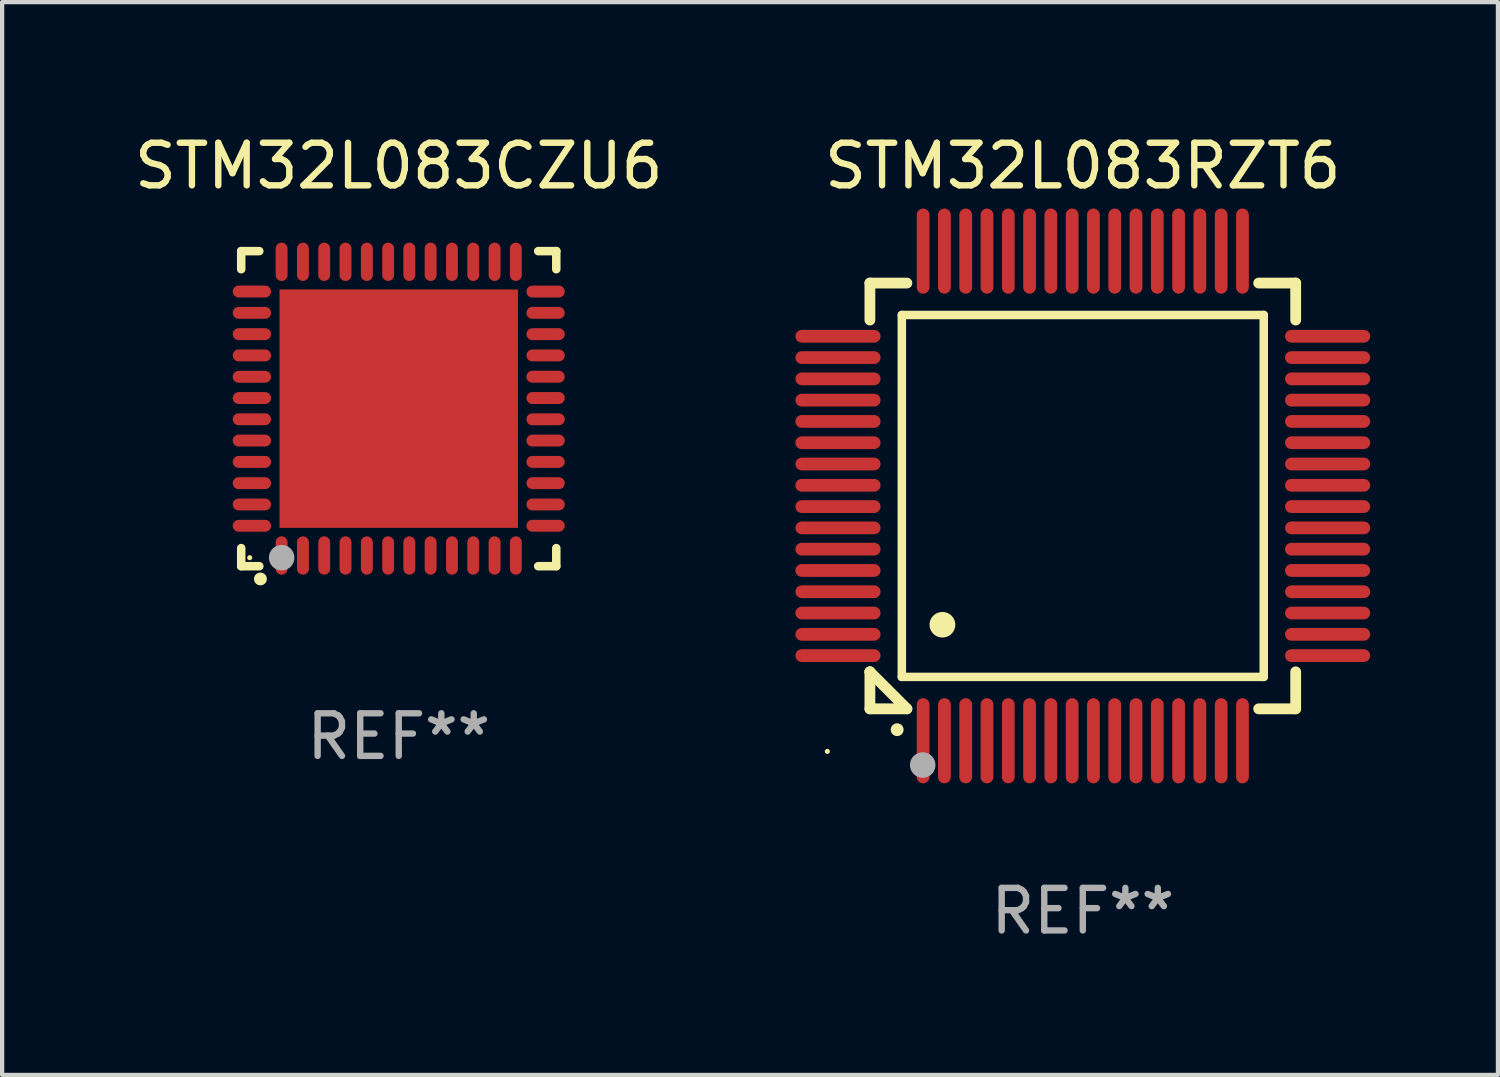
<source format=kicad_pcb>
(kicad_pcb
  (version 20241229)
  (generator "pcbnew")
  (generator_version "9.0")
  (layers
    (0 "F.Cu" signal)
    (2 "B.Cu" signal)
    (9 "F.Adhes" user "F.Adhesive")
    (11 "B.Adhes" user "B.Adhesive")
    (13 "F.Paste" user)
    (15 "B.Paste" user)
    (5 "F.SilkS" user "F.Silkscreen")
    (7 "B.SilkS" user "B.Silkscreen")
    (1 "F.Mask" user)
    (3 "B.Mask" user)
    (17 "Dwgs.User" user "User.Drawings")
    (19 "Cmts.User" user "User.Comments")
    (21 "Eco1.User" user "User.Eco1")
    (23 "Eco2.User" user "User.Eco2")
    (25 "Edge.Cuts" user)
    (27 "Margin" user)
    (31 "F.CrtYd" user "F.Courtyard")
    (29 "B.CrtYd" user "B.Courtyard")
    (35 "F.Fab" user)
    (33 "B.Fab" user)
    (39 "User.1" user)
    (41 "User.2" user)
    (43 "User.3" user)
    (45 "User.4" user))
  (footprint "STM32L083RZT6"
    (layer "F.Cu")
    (at 22.381 8.598)
    (property "Reference" "STM32L083RZT6" (at 0 -7.75 0) (layer "F.SilkS") (effects (font (size 1 1) (thickness 0.15))))
    (attr through_hole)
    (fp_line (start -5 -5) (end -4.131 -5) (stroke (width 0.254) (type solid)) (layer "F.SilkS"))
    (fp_line (start -5 -4.131) (end -5 -5) (stroke (width 0.254) (type solid)) (layer "F.SilkS"))
    (fp_line (start -5 4.131) (end -5 4.131) (stroke (width 0.254) (type solid)) (layer "F.SilkS"))
    (fp_line (start -5 5) (end -5 4.131) (stroke (width 0.254) (type solid)) (layer "F.SilkS"))
    (fp_line (start -5 4.131) (end -4.131 5) (stroke (width 0.254) (type solid)) (layer "F.SilkS"))
    (fp_line (start -4.25 -4.25) (end -4.25 4.25) (stroke (width 0.2) (type solid)) (layer "F.SilkS"))
    (fp_line (start -4.25 4.25) (end 4.25 4.25) (stroke (width 0.2) (type solid)) (layer "F.SilkS"))
    (fp_line (start -4.131 5) (end -5 5) (stroke (width 0.254) (type solid)) (layer "F.SilkS"))
    (fp_line (start 4.25 -4.25) (end -4.25 -4.25) (stroke (width 0.2) (type solid)) (layer "F.SilkS"))
    (fp_line (start 4.25 4.25) (end 4.25 -4.25) (stroke (width 0.2) (type solid)) (layer "F.SilkS"))
    (fp_line (start 5 -5) (end 4.131 -5) (stroke (width 0.254) (type solid)) (layer "F.SilkS"))
    (fp_line (start 5 -5) (end 5 -4.131) (stroke (width 0.254) (type solid)) (layer "F.SilkS"))
    (fp_line (start 5 4.131) (end 5 5) (stroke (width 0.254) (type solid)) (layer "F.SilkS"))
    (fp_line (start 5 5) (end 4.131 5) (stroke (width 0.254) (type solid)) (layer "F.SilkS"))
    (fp_arc (start -4.361265 5.489992) (mid -4.359995 5.489987) (end -4.358725 5.489992) (stroke (width 0.3) (type solid)) (layer "F.SilkS"))
    (fp_arc (start -3.299467 3.025146) (mid -3.296927 3.025135) (end -3.294387 3.025146) (stroke (width 0.6) (type solid)) (layer "F.SilkS"))
    (fp_circle (center -6 6) (end -5.97 6) (stroke (width 0.06) (type solid)) (fill no) (layer "F.SilkS"))
    (fp_circle (center -3.76 6.32) (end -3.61 6.32) (stroke (width 0.3) (type solid)) (fill no) (layer "F.Fab"))
    (fp_text user "REF**" (at 0 9.75 0) (layer "F.Fab") (effects (font (size 1 1) (thickness 0.15))))
    (pad "1" smd oval (at -3.75 5.75) (size 0.3 2) (layers "F.Cu" "F.Mask" "F.Paste"))
    (pad "2" smd oval (at -3.25 5.75) (size 0.3 2) (layers "F.Cu" "F.Mask" "F.Paste"))
    (pad "3" smd oval (at -2.75 5.75) (size 0.3 2) (layers "F.Cu" "F.Mask" "F.Paste"))
    (pad "4" smd oval (at -2.25 5.75) (size 0.3 2) (layers "F.Cu" "F.Mask" "F.Paste"))
    (pad "5" smd oval (at -1.75 5.75) (size 0.3 2) (layers "F.Cu" "F.Mask" "F.Paste"))
    (pad "6" smd oval (at -1.25 5.75) (size 0.3 2) (layers "F.Cu" "F.Mask" "F.Paste"))
    (pad "7" smd oval (at -0.75 5.75) (size 0.3 2) (layers "F.Cu" "F.Mask" "F.Paste"))
    (pad "8" smd oval (at -0.25 5.75) (size 0.3 2) (layers "F.Cu" "F.Mask" "F.Paste"))
    (pad "9" smd oval (at 0.25 5.75) (size 0.3 2) (layers "F.Cu" "F.Mask" "F.Paste"))
    (pad "10" smd oval (at 0.75 5.75) (size 0.3 2) (layers "F.Cu" "F.Mask" "F.Paste"))
    (pad "11" smd oval (at 1.25 5.75) (size 0.3 2) (layers "F.Cu" "F.Mask" "F.Paste"))
    (pad "12" smd oval (at 1.75 5.75) (size 0.3 2) (layers "F.Cu" "F.Mask" "F.Paste"))
    (pad "13" smd oval (at 2.25 5.75) (size 0.3 2) (layers "F.Cu" "F.Mask" "F.Paste"))
    (pad "14" smd oval (at 2.75 5.75) (size 0.3 2) (layers "F.Cu" "F.Mask" "F.Paste"))
    (pad "15" smd oval (at 3.25 5.75) (size 0.3 2) (layers "F.Cu" "F.Mask" "F.Paste"))
    (pad "16" smd oval (at 3.75 5.75) (size 0.3 2) (layers "F.Cu" "F.Mask" "F.Paste"))
    (pad "17" smd oval (at 5.75 3.75) (size 2 0.3) (layers "F.Cu" "F.Mask" "F.Paste"))
    (pad "18" smd oval (at 5.75 3.25) (size 2 0.3) (layers "F.Cu" "F.Mask" "F.Paste"))
    (pad "19" smd oval (at 5.75 2.75) (size 2 0.3) (layers "F.Cu" "F.Mask" "F.Paste"))
    (pad "20" smd oval (at 5.75 2.25) (size 2 0.3) (layers "F.Cu" "F.Mask" "F.Paste"))
    (pad "21" smd oval (at 5.75 1.75) (size 2 0.3) (layers "F.Cu" "F.Mask" "F.Paste"))
    (pad "22" smd oval (at 5.75 1.25) (size 2 0.3) (layers "F.Cu" "F.Mask" "F.Paste"))
    (pad "23" smd oval (at 5.75 0.75) (size 2 0.3) (layers "F.Cu" "F.Mask" "F.Paste"))
    (pad "24" smd oval (at 5.75 0.25) (size 2 0.3) (layers "F.Cu" "F.Mask" "F.Paste"))
    (pad "25" smd oval (at 5.75 -0.25) (size 2 0.3) (layers "F.Cu" "F.Mask" "F.Paste"))
    (pad "26" smd oval (at 5.75 -0.75) (size 2 0.3) (layers "F.Cu" "F.Mask" "F.Paste"))
    (pad "27" smd oval (at 5.75 -1.25) (size 2 0.3) (layers "F.Cu" "F.Mask" "F.Paste"))
    (pad "28" smd oval (at 5.75 -1.75) (size 2 0.3) (layers "F.Cu" "F.Mask" "F.Paste"))
    (pad "29" smd oval (at 5.75 -2.25) (size 2 0.3) (layers "F.Cu" "F.Mask" "F.Paste"))
    (pad "30" smd oval (at 5.75 -2.75) (size 2 0.3) (layers "F.Cu" "F.Mask" "F.Paste"))
    (pad "31" smd oval (at 5.75 -3.25) (size 2 0.3) (layers "F.Cu" "F.Mask" "F.Paste"))
    (pad "32" smd oval (at 5.75 -3.75) (size 2 0.3) (layers "F.Cu" "F.Mask" "F.Paste"))
    (pad "33" smd oval (at 3.75 -5.75) (size 0.3 2) (layers "F.Cu" "F.Mask" "F.Paste"))
    (pad "34" smd oval (at 3.25 -5.75) (size 0.3 2) (layers "F.Cu" "F.Mask" "F.Paste"))
    (pad "35" smd oval (at 2.75 -5.75) (size 0.3 2) (layers "F.Cu" "F.Mask" "F.Paste"))
    (pad "36" smd oval (at 2.25 -5.75) (size 0.3 2) (layers "F.Cu" "F.Mask" "F.Paste"))
    (pad "37" smd oval (at 1.75 -5.75) (size 0.3 2) (layers "F.Cu" "F.Mask" "F.Paste"))
    (pad "38" smd oval (at 1.25 -5.75) (size 0.3 2) (layers "F.Cu" "F.Mask" "F.Paste"))
    (pad "39" smd oval (at 0.75 -5.75) (size 0.3 2) (layers "F.Cu" "F.Mask" "F.Paste"))
    (pad "40" smd oval (at 0.25 -5.75) (size 0.3 2) (layers "F.Cu" "F.Mask" "F.Paste"))
    (pad "41" smd oval (at -0.25 -5.75) (size 0.3 2) (layers "F.Cu" "F.Mask" "F.Paste"))
    (pad "42" smd oval (at -0.75 -5.75) (size 0.3 2) (layers "F.Cu" "F.Mask" "F.Paste"))
    (pad "43" smd oval (at -1.25 -5.75) (size 0.3 2) (layers "F.Cu" "F.Mask" "F.Paste"))
    (pad "44" smd oval (at -1.75 -5.75) (size 0.3 2) (layers "F.Cu" "F.Mask" "F.Paste"))
    (pad "45" smd oval (at -2.25 -5.75) (size 0.3 2) (layers "F.Cu" "F.Mask" "F.Paste"))
    (pad "46" smd oval (at -2.75 -5.75) (size 0.3 2) (layers "F.Cu" "F.Mask" "F.Paste"))
    (pad "47" smd oval (at -3.25 -5.75) (size 0.3 2) (layers "F.Cu" "F.Mask" "F.Paste"))
    (pad "48" smd oval (at -3.75 -5.75) (size 0.3 2) (layers "F.Cu" "F.Mask" "F.Paste"))
    (pad "49" smd oval (at -5.75 -3.75) (size 2 0.3) (layers "F.Cu" "F.Mask" "F.Paste"))
    (pad "50" smd oval (at -5.75 -3.25) (size 2 0.3) (layers "F.Cu" "F.Mask" "F.Paste"))
    (pad "51" smd oval (at -5.75 -2.75) (size 2 0.3) (layers "F.Cu" "F.Mask" "F.Paste"))
    (pad "52" smd oval (at -5.75 -2.25) (size 2 0.3) (layers "F.Cu" "F.Mask" "F.Paste"))
    (pad "53" smd oval (at -5.75 -1.75) (size 2 0.3) (layers "F.Cu" "F.Mask" "F.Paste"))
    (pad "54" smd oval (at -5.75 -1.25) (size 2 0.3) (layers "F.Cu" "F.Mask" "F.Paste"))
    (pad "55" smd oval (at -5.75 -0.75) (size 2 0.3) (layers "F.Cu" "F.Mask" "F.Paste"))
    (pad "56" smd oval (at -5.75 -0.25) (size 2 0.3) (layers "F.Cu" "F.Mask" "F.Paste"))
    (pad "57" smd oval (at -5.75 0.25) (size 2 0.3) (layers "F.Cu" "F.Mask" "F.Paste"))
    (pad "58" smd oval (at -5.75 0.75) (size 2 0.3) (layers "F.Cu" "F.Mask" "F.Paste"))
    (pad "59" smd oval (at -5.75 1.25) (size 2 0.3) (layers "F.Cu" "F.Mask" "F.Paste"))
    (pad "60" smd oval (at -5.75 1.75) (size 2 0.3) (layers "F.Cu" "F.Mask" "F.Paste"))
    (pad "61" smd oval (at -5.75 2.25) (size 2 0.3) (layers "F.Cu" "F.Mask" "F.Paste"))
    (pad "62" smd oval (at -5.75 2.75) (size 2 0.3) (layers "F.Cu" "F.Mask" "F.Paste"))
    (pad "63" smd oval (at -5.75 3.25) (size 2 0.3) (layers "F.Cu" "F.Mask" "F.Paste"))
    (pad "64" smd oval (at -5.75 3.75) (size 2 0.3) (layers "F.Cu" "F.Mask" "F.Paste")))
  (footprint "STM32L083CZU6"
    (layer "F.Cu")
    (at 6.315 6.548)
    (property "Reference" "STM32L083CZU6" (at 0 -5.7 0) (layer "F.SilkS") (effects (font (size 1 1) (thickness 0.15))))
    (attr through_hole)
    (fp_line (start -3.7 -3.7) (end -3.275 -3.7) (stroke (width 0.2) (type solid)) (layer "F.SilkS"))
    (fp_line (start -3.7 -3.275) (end -3.7 -3.7) (stroke (width 0.2) (type solid)) (layer "F.SilkS"))
    (fp_line (start -3.7 3.7) (end -3.7 3.275) (stroke (width 0.2) (type solid)) (layer "F.SilkS"))
    (fp_line (start -3.275 3.7) (end -3.7 3.7) (stroke (width 0.2) (type solid)) (layer "F.SilkS"))
    (fp_line (start 3.7 -3.7) (end 3.275 -3.7) (stroke (width 0.2) (type solid)) (layer "F.SilkS"))
    (fp_line (start 3.7 -3.275) (end 3.7 -3.7) (stroke (width 0.2) (type solid)) (layer "F.SilkS"))
    (fp_line (start 3.7 3.275) (end 3.7 3.7) (stroke (width 0.2) (type solid)) (layer "F.SilkS"))
    (fp_line (start 3.7 3.7) (end 3.275 3.7) (stroke (width 0.2) (type solid)) (layer "F.SilkS"))
    (fp_arc (start -3.249936 3.999975) (mid -3.248666 3.99997) (end -3.247396 3.999975) (stroke (width 0.3) (type solid)) (layer "F.SilkS"))
    (fp_circle (center -3.5 3.5) (end -3.47 3.5) (stroke (width 0.06) (type solid)) (fill no) (layer "F.SilkS"))
    (fp_circle (center -2.75 3.5) (end -2.6 3.5) (stroke (width 0.3) (type solid)) (fill no) (layer "F.Fab"))
    (fp_text user "REF**" (at 0 7.7 0) (layer "F.Fab") (effects (font (size 1 1) (thickness 0.15))))
    (pad "1" smd oval (at -2.751 3.449) (size 0.28 0.9) (layers "F.Cu" "F.Mask" "F.Paste"))
    (pad "2" smd oval (at -2.25 3.449) (size 0.28 0.9) (layers "F.Cu" "F.Mask" "F.Paste"))
    (pad "3" smd oval (at -1.75 3.449) (size 0.28 0.9) (layers "F.Cu" "F.Mask" "F.Paste"))
    (pad "4" smd oval (at -1.25 3.449) (size 0.28 0.9) (layers "F.Cu" "F.Mask" "F.Paste"))
    (pad "5" smd oval (at -0.749 3.449) (size 0.28 0.9) (layers "F.Cu" "F.Mask" "F.Paste"))
    (pad "6" smd oval (at -0.249 3.449) (size 0.28 0.9) (layers "F.Cu" "F.Mask" "F.Paste"))
    (pad "7" smd oval (at 0.249 3.449) (size 0.28 0.9) (layers "F.Cu" "F.Mask" "F.Paste"))
    (pad "8" smd oval (at 0.749 3.449) (size 0.28 0.9) (layers "F.Cu" "F.Mask" "F.Paste"))
    (pad "9" smd oval (at 1.25 3.449) (size 0.28 0.9) (layers "F.Cu" "F.Mask" "F.Paste"))
    (pad "10" smd oval (at 1.75 3.449) (size 0.28 0.9) (layers "F.Cu" "F.Mask" "F.Paste"))
    (pad "11" smd oval (at 2.251 3.449) (size 0.28 0.9) (layers "F.Cu" "F.Mask" "F.Paste"))
    (pad "12" smd oval (at 2.751 3.449) (size 0.28 0.9) (layers "F.Cu" "F.Mask" "F.Paste"))
    (pad "13" smd oval (at 3.449 2.75) (size 0.9 0.28) (layers "F.Cu" "F.Mask" "F.Paste"))
    (pad "14" smd oval (at 3.449 2.25) (size 0.9 0.28) (layers "F.Cu" "F.Mask" "F.Paste"))
    (pad "15" smd oval (at 3.449 1.75) (size 0.9 0.28) (layers "F.Cu" "F.Mask" "F.Paste"))
    (pad "16" smd oval (at 3.449 1.25) (size 0.9 0.28) (layers "F.Cu" "F.Mask" "F.Paste"))
    (pad "17" smd oval (at 3.449 0.75) (size 0.9 0.28) (layers "F.Cu" "F.Mask" "F.Paste"))
    (pad "18" smd oval (at 3.449 0.25) (size 0.9 0.28) (layers "F.Cu" "F.Mask" "F.Paste"))
    (pad "19" smd oval (at 3.449 -0.25) (size 0.9 0.28) (layers "F.Cu" "F.Mask" "F.Paste"))
    (pad "20" smd oval (at 3.449 -0.75) (size 0.9 0.28) (layers "F.Cu" "F.Mask" "F.Paste"))
    (pad "21" smd oval (at 3.449 -1.25) (size 0.9 0.28) (layers "F.Cu" "F.Mask" "F.Paste"))
    (pad "22" smd oval (at 3.449 -1.75) (size 0.9 0.28) (layers "F.Cu" "F.Mask" "F.Paste"))
    (pad "23" smd oval (at 3.449 -2.25) (size 0.9 0.28) (layers "F.Cu" "F.Mask" "F.Paste"))
    (pad "24" smd oval (at 3.449 -2.75) (size 0.9 0.28) (layers "F.Cu" "F.Mask" "F.Paste"))
    (pad "25" smd oval (at 2.751 -3.449) (size 0.28 0.9) (layers "F.Cu" "F.Mask" "F.Paste"))
    (pad "26" smd oval (at 2.251 -3.449) (size 0.28 0.9) (layers "F.Cu" "F.Mask" "F.Paste"))
    (pad "27" smd oval (at 1.75 -3.449) (size 0.28 0.9) (layers "F.Cu" "F.Mask" "F.Paste"))
    (pad "28" smd oval (at 1.25 -3.449) (size 0.28 0.9) (layers "F.Cu" "F.Mask" "F.Paste"))
    (pad "29" smd oval (at 0.749 -3.449) (size 0.28 0.9) (layers "F.Cu" "F.Mask" "F.Paste"))
    (pad "30" smd oval (at 0.249 -3.449) (size 0.28 0.9) (layers "F.Cu" "F.Mask" "F.Paste"))
    (pad "31" smd oval (at -0.249 -3.449) (size 0.28 0.9) (layers "F.Cu" "F.Mask" "F.Paste"))
    (pad "32" smd oval (at -0.749 -3.449) (size 0.28 0.9) (layers "F.Cu" "F.Mask" "F.Paste"))
    (pad "33" smd oval (at -1.25 -3.449) (size 0.28 0.9) (layers "F.Cu" "F.Mask" "F.Paste"))
    (pad "34" smd oval (at -1.75 -3.449) (size 0.28 0.9) (layers "F.Cu" "F.Mask" "F.Paste"))
    (pad "35" smd oval (at -2.25 -3.449) (size 0.28 0.9) (layers "F.Cu" "F.Mask" "F.Paste"))
    (pad "36" smd oval (at -2.751 -3.449) (size 0.28 0.9) (layers "F.Cu" "F.Mask" "F.Paste"))
    (pad "37" smd oval (at -3.449 -2.751) (size 0.9 0.28) (layers "F.Cu" "F.Mask" "F.Paste"))
    (pad "38" smd oval (at -3.449 -2.25) (size 0.9 0.28) (layers "F.Cu" "F.Mask" "F.Paste"))
    (pad "39" smd oval (at -3.449 -1.75) (size 0.9 0.28) (layers "F.Cu" "F.Mask" "F.Paste"))
    (pad "40" smd oval (at -3.449 -1.25) (size 0.9 0.28) (layers "F.Cu" "F.Mask" "F.Paste"))
    (pad "41" smd oval (at -3.449 -0.749) (size 0.9 0.28) (layers "F.Cu" "F.Mask" "F.Paste"))
    (pad "42" smd oval (at -3.449 -0.249) (size 0.9 0.28) (layers "F.Cu" "F.Mask" "F.Paste"))
    (pad "43" smd oval (at -3.449 0.249) (size 0.9 0.28) (layers "F.Cu" "F.Mask" "F.Paste"))
    (pad "44" smd oval (at -3.449 0.749) (size 0.9 0.28) (layers "F.Cu" "F.Mask" "F.Paste"))
    (pad "45" smd oval (at -3.449 1.25) (size 0.9 0.28) (layers "F.Cu" "F.Mask" "F.Paste"))
    (pad "46" smd oval (at -3.449 1.75) (size 0.9 0.28) (layers "F.Cu" "F.Mask" "F.Paste"))
    (pad "47" smd oval (at -3.449 2.25) (size 0.9 0.28) (layers "F.Cu" "F.Mask" "F.Paste"))
    (pad "48" smd oval (at -3.449 2.751) (size 0.9 0.28) (layers "F.Cu" "F.Mask" "F.Paste"))
    (pad "49" smd rect (at 0.000076 -0.000025) (size 5.6 5.6) (layers "F.Cu" "F.Mask" "F.Paste")))
  (gr_rect
    (start -3 -3)
    (end 32.131 22.196)
    (stroke (width 0.1) (type default))
    (fill no)
    (layer "Edge.Cuts")))
</source>
